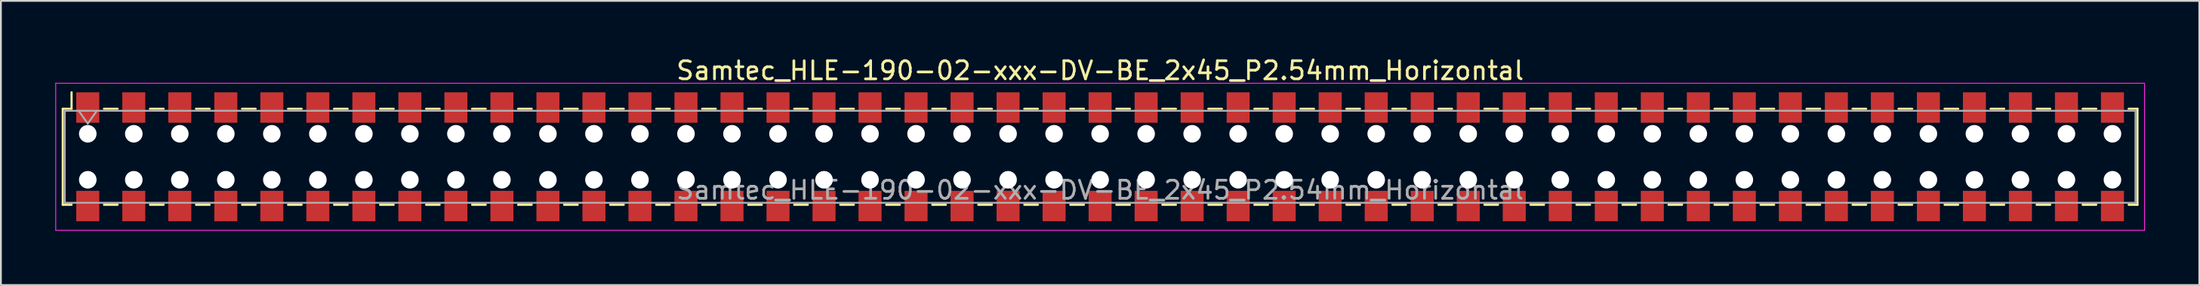
<source format=kicad_pcb>
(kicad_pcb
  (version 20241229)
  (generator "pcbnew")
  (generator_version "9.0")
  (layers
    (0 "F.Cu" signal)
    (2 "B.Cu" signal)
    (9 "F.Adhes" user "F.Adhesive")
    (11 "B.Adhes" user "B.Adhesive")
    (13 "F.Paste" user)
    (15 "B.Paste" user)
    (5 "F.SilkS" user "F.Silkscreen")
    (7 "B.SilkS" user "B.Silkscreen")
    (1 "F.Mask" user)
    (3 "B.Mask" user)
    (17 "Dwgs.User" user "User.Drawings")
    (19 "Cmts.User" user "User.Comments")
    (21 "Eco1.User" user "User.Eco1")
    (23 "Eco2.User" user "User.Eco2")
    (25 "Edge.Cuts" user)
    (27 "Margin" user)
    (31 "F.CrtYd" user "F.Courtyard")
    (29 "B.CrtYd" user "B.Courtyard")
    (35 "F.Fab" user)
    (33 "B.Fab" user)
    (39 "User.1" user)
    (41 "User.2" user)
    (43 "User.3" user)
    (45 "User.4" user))
  (footprint "Samtec_HLE-190-02-xxx-DV-BE_2x45_P2.54mm_Horizontal"
    (layer "F.Cu")
    (at 57.675 5.608)
    (property "Reference" "Samtec_HLE-190-02-xxx-DV-BE_2x45_P2.54mm_Horizontal" (at 0 -4.76 0) (layer "F.SilkS") (effects (font (size 1 1) (thickness 0.15))))
    (attr smd)
    (fp_line (start -57.26 -2.65) (end -57.26 2.65) (stroke (width 0.12) (type solid)) (layer "F.SilkS"))
    (fp_line (start -57.26 2.65) (end -56.775 2.65) (stroke (width 0.12) (type solid)) (layer "F.SilkS"))
    (fp_line (start -56.775 -3.56) (end -56.775 -2.65) (stroke (width 0.12) (type solid)) (layer "F.SilkS"))
    (fp_line (start -56.775 -2.65) (end -57.26 -2.65) (stroke (width 0.12) (type solid)) (layer "F.SilkS"))
    (fp_line (start -54.985 -2.65) (end -54.235 -2.65) (stroke (width 0.12) (type solid)) (layer "F.SilkS"))
    (fp_line (start -54.985 2.65) (end -54.235 2.65) (stroke (width 0.12) (type solid)) (layer "F.SilkS"))
    (fp_line (start -52.445 -2.65) (end -51.695 -2.65) (stroke (width 0.12) (type solid)) (layer "F.SilkS"))
    (fp_line (start -52.445 2.65) (end -51.695 2.65) (stroke (width 0.12) (type solid)) (layer "F.SilkS"))
    (fp_line (start -49.905 -2.65) (end -49.155 -2.65) (stroke (width 0.12) (type solid)) (layer "F.SilkS"))
    (fp_line (start -49.905 2.65) (end -49.155 2.65) (stroke (width 0.12) (type solid)) (layer "F.SilkS"))
    (fp_line (start -47.365 -2.65) (end -46.615 -2.65) (stroke (width 0.12) (type solid)) (layer "F.SilkS"))
    (fp_line (start -47.365 2.65) (end -46.615 2.65) (stroke (width 0.12) (type solid)) (layer "F.SilkS"))
    (fp_line (start -44.825 -2.65) (end -44.075 -2.65) (stroke (width 0.12) (type solid)) (layer "F.SilkS"))
    (fp_line (start -44.825 2.65) (end -44.075 2.65) (stroke (width 0.12) (type solid)) (layer "F.SilkS"))
    (fp_line (start -42.285 -2.65) (end -41.535 -2.65) (stroke (width 0.12) (type solid)) (layer "F.SilkS"))
    (fp_line (start -42.285 2.65) (end -41.535 2.65) (stroke (width 0.12) (type solid)) (layer "F.SilkS"))
    (fp_line (start -39.745 -2.65) (end -38.995 -2.65) (stroke (width 0.12) (type solid)) (layer "F.SilkS"))
    (fp_line (start -39.745 2.65) (end -38.995 2.65) (stroke (width 0.12) (type solid)) (layer "F.SilkS"))
    (fp_line (start -37.205 -2.65) (end -36.455 -2.65) (stroke (width 0.12) (type solid)) (layer "F.SilkS"))
    (fp_line (start -37.205 2.65) (end -36.455 2.65) (stroke (width 0.12) (type solid)) (layer "F.SilkS"))
    (fp_line (start -34.665 -2.65) (end -33.915 -2.65) (stroke (width 0.12) (type solid)) (layer "F.SilkS"))
    (fp_line (start -34.665 2.65) (end -33.915 2.65) (stroke (width 0.12) (type solid)) (layer "F.SilkS"))
    (fp_line (start -32.125 -2.65) (end -31.375 -2.65) (stroke (width 0.12) (type solid)) (layer "F.SilkS"))
    (fp_line (start -32.125 2.65) (end -31.375 2.65) (stroke (width 0.12) (type solid)) (layer "F.SilkS"))
    (fp_line (start -29.585 -2.65) (end -28.835 -2.65) (stroke (width 0.12) (type solid)) (layer "F.SilkS"))
    (fp_line (start -29.585 2.65) (end -28.835 2.65) (stroke (width 0.12) (type solid)) (layer "F.SilkS"))
    (fp_line (start -27.045 -2.65) (end -26.295 -2.65) (stroke (width 0.12) (type solid)) (layer "F.SilkS"))
    (fp_line (start -27.045 2.65) (end -26.295 2.65) (stroke (width 0.12) (type solid)) (layer "F.SilkS"))
    (fp_line (start -24.505 -2.65) (end -23.755 -2.65) (stroke (width 0.12) (type solid)) (layer "F.SilkS"))
    (fp_line (start -24.505 2.65) (end -23.755 2.65) (stroke (width 0.12) (type solid)) (layer "F.SilkS"))
    (fp_line (start -21.965 -2.65) (end -21.215 -2.65) (stroke (width 0.12) (type solid)) (layer "F.SilkS"))
    (fp_line (start -21.965 2.65) (end -21.215 2.65) (stroke (width 0.12) (type solid)) (layer "F.SilkS"))
    (fp_line (start -19.425 -2.65) (end -18.675 -2.65) (stroke (width 0.12) (type solid)) (layer "F.SilkS"))
    (fp_line (start -19.425 2.65) (end -18.675 2.65) (stroke (width 0.12) (type solid)) (layer "F.SilkS"))
    (fp_line (start -16.885 -2.65) (end -16.135 -2.65) (stroke (width 0.12) (type solid)) (layer "F.SilkS"))
    (fp_line (start -16.885 2.65) (end -16.135 2.65) (stroke (width 0.12) (type solid)) (layer "F.SilkS"))
    (fp_line (start -14.345 -2.65) (end -13.595 -2.65) (stroke (width 0.12) (type solid)) (layer "F.SilkS"))
    (fp_line (start -14.345 2.65) (end -13.595 2.65) (stroke (width 0.12) (type solid)) (layer "F.SilkS"))
    (fp_line (start -11.805 -2.65) (end -11.055 -2.65) (stroke (width 0.12) (type solid)) (layer "F.SilkS"))
    (fp_line (start -11.805 2.65) (end -11.055 2.65) (stroke (width 0.12) (type solid)) (layer "F.SilkS"))
    (fp_line (start -9.265 -2.65) (end -8.515 -2.65) (stroke (width 0.12) (type solid)) (layer "F.SilkS"))
    (fp_line (start -9.265 2.65) (end -8.515 2.65) (stroke (width 0.12) (type solid)) (layer "F.SilkS"))
    (fp_line (start -6.725 -2.65) (end -5.975 -2.65) (stroke (width 0.12) (type solid)) (layer "F.SilkS"))
    (fp_line (start -6.725 2.65) (end -5.975 2.65) (stroke (width 0.12) (type solid)) (layer "F.SilkS"))
    (fp_line (start -4.185 -2.65) (end -3.435 -2.65) (stroke (width 0.12) (type solid)) (layer "F.SilkS"))
    (fp_line (start -4.185 2.65) (end -3.435 2.65) (stroke (width 0.12) (type solid)) (layer "F.SilkS"))
    (fp_line (start -1.645 -2.65) (end -0.895 -2.65) (stroke (width 0.12) (type solid)) (layer "F.SilkS"))
    (fp_line (start -1.645 2.65) (end -0.895 2.65) (stroke (width 0.12) (type solid)) (layer "F.SilkS"))
    (fp_line (start 0.895 -2.65) (end 1.645 -2.65) (stroke (width 0.12) (type solid)) (layer "F.SilkS"))
    (fp_line (start 0.895 2.65) (end 1.645 2.65) (stroke (width 0.12) (type solid)) (layer "F.SilkS"))
    (fp_line (start 3.435 -2.65) (end 4.185 -2.65) (stroke (width 0.12) (type solid)) (layer "F.SilkS"))
    (fp_line (start 3.435 2.65) (end 4.185 2.65) (stroke (width 0.12) (type solid)) (layer "F.SilkS"))
    (fp_line (start 5.975 -2.65) (end 6.725 -2.65) (stroke (width 0.12) (type solid)) (layer "F.SilkS"))
    (fp_line (start 5.975 2.65) (end 6.725 2.65) (stroke (width 0.12) (type solid)) (layer "F.SilkS"))
    (fp_line (start 8.515 -2.65) (end 9.265 -2.65) (stroke (width 0.12) (type solid)) (layer "F.SilkS"))
    (fp_line (start 8.515 2.65) (end 9.265 2.65) (stroke (width 0.12) (type solid)) (layer "F.SilkS"))
    (fp_line (start 11.055 -2.65) (end 11.805 -2.65) (stroke (width 0.12) (type solid)) (layer "F.SilkS"))
    (fp_line (start 11.055 2.65) (end 11.805 2.65) (stroke (width 0.12) (type solid)) (layer "F.SilkS"))
    (fp_line (start 13.595 -2.65) (end 14.345 -2.65) (stroke (width 0.12) (type solid)) (layer "F.SilkS"))
    (fp_line (start 13.595 2.65) (end 14.345 2.65) (stroke (width 0.12) (type solid)) (layer "F.SilkS"))
    (fp_line (start 16.135 -2.65) (end 16.885 -2.65) (stroke (width 0.12) (type solid)) (layer "F.SilkS"))
    (fp_line (start 16.135 2.65) (end 16.885 2.65) (stroke (width 0.12) (type solid)) (layer "F.SilkS"))
    (fp_line (start 18.675 -2.65) (end 19.425 -2.65) (stroke (width 0.12) (type solid)) (layer "F.SilkS"))
    (fp_line (start 18.675 2.65) (end 19.425 2.65) (stroke (width 0.12) (type solid)) (layer "F.SilkS"))
    (fp_line (start 21.215 -2.65) (end 21.965 -2.65) (stroke (width 0.12) (type solid)) (layer "F.SilkS"))
    (fp_line (start 21.215 2.65) (end 21.965 2.65) (stroke (width 0.12) (type solid)) (layer "F.SilkS"))
    (fp_line (start 23.755 -2.65) (end 24.505 -2.65) (stroke (width 0.12) (type solid)) (layer "F.SilkS"))
    (fp_line (start 23.755 2.65) (end 24.505 2.65) (stroke (width 0.12) (type solid)) (layer "F.SilkS"))
    (fp_line (start 26.295 -2.65) (end 27.045 -2.65) (stroke (width 0.12) (type solid)) (layer "F.SilkS"))
    (fp_line (start 26.295 2.65) (end 27.045 2.65) (stroke (width 0.12) (type solid)) (layer "F.SilkS"))
    (fp_line (start 28.835 -2.65) (end 29.585 -2.65) (stroke (width 0.12) (type solid)) (layer "F.SilkS"))
    (fp_line (start 28.835 2.65) (end 29.585 2.65) (stroke (width 0.12) (type solid)) (layer "F.SilkS"))
    (fp_line (start 31.375 -2.65) (end 32.125 -2.65) (stroke (width 0.12) (type solid)) (layer "F.SilkS"))
    (fp_line (start 31.375 2.65) (end 32.125 2.65) (stroke (width 0.12) (type solid)) (layer "F.SilkS"))
    (fp_line (start 33.915 -2.65) (end 34.665 -2.65) (stroke (width 0.12) (type solid)) (layer "F.SilkS"))
    (fp_line (start 33.915 2.65) (end 34.665 2.65) (stroke (width 0.12) (type solid)) (layer "F.SilkS"))
    (fp_line (start 36.455 -2.65) (end 37.205 -2.65) (stroke (width 0.12) (type solid)) (layer "F.SilkS"))
    (fp_line (start 36.455 2.65) (end 37.205 2.65) (stroke (width 0.12) (type solid)) (layer "F.SilkS"))
    (fp_line (start 38.995 -2.65) (end 39.745 -2.65) (stroke (width 0.12) (type solid)) (layer "F.SilkS"))
    (fp_line (start 38.995 2.65) (end 39.745 2.65) (stroke (width 0.12) (type solid)) (layer "F.SilkS"))
    (fp_line (start 41.535 -2.65) (end 42.285 -2.65) (stroke (width 0.12) (type solid)) (layer "F.SilkS"))
    (fp_line (start 41.535 2.65) (end 42.285 2.65) (stroke (width 0.12) (type solid)) (layer "F.SilkS"))
    (fp_line (start 44.075 -2.65) (end 44.825 -2.65) (stroke (width 0.12) (type solid)) (layer "F.SilkS"))
    (fp_line (start 44.075 2.65) (end 44.825 2.65) (stroke (width 0.12) (type solid)) (layer "F.SilkS"))
    (fp_line (start 46.615 -2.65) (end 47.365 -2.65) (stroke (width 0.12) (type solid)) (layer "F.SilkS"))
    (fp_line (start 46.615 2.65) (end 47.365 2.65) (stroke (width 0.12) (type solid)) (layer "F.SilkS"))
    (fp_line (start 49.155 -2.65) (end 49.905 -2.65) (stroke (width 0.12) (type solid)) (layer "F.SilkS"))
    (fp_line (start 49.155 2.65) (end 49.905 2.65) (stroke (width 0.12) (type solid)) (layer "F.SilkS"))
    (fp_line (start 51.695 -2.65) (end 52.445 -2.65) (stroke (width 0.12) (type solid)) (layer "F.SilkS"))
    (fp_line (start 51.695 2.65) (end 52.445 2.65) (stroke (width 0.12) (type solid)) (layer "F.SilkS"))
    (fp_line (start 54.235 -2.65) (end 54.985 -2.65) (stroke (width 0.12) (type solid)) (layer "F.SilkS"))
    (fp_line (start 54.235 2.65) (end 54.985 2.65) (stroke (width 0.12) (type solid)) (layer "F.SilkS"))
    (fp_line (start 56.775 -2.65) (end 57.26 -2.65) (stroke (width 0.12) (type solid)) (layer "F.SilkS"))
    (fp_line (start 57.26 -2.65) (end 57.26 2.65) (stroke (width 0.12) (type solid)) (layer "F.SilkS"))
    (fp_line (start 57.26 2.65) (end 56.775 2.65) (stroke (width 0.12) (type solid)) (layer "F.SilkS"))
    (fp_line (start -57.65 -4.06) (end 57.65 -4.06) (stroke (width 0.05) (type solid)) (layer "F.CrtYd"))
    (fp_line (start -57.65 4.06) (end -57.65 -4.06) (stroke (width 0.05) (type solid)) (layer "F.CrtYd"))
    (fp_line (start 57.65 -4.06) (end 57.65 4.06) (stroke (width 0.05) (type solid)) (layer "F.CrtYd"))
    (fp_line (start 57.65 4.06) (end -57.65 4.06) (stroke (width 0.05) (type solid)) (layer "F.CrtYd"))
    (fp_line (start -57.15 -2.54) (end 57.15 -2.54) (stroke (width 0.1) (type solid)) (layer "F.Fab"))
    (fp_line (start -57.15 2.54) (end -57.15 -2.54) (stroke (width 0.1) (type solid)) (layer "F.Fab"))
    (fp_line (start -56.38 -2.54) (end -55.88 -1.833) (stroke (width 0.1) (type solid)) (layer "F.Fab"))
    (fp_line (start -55.88 -1.833) (end -55.38 -2.54) (stroke (width 0.1) (type solid)) (layer "F.Fab"))
    (fp_line (start 57.15 -2.54) (end 57.15 2.54) (stroke (width 0.1) (type solid)) (layer "F.Fab"))
    (fp_line (start 57.15 2.54) (end -57.15 2.54) (stroke (width 0.1) (type solid)) (layer "F.Fab"))
    (fp_text user "${REFERENCE}" (at 0 1.84 0) (layer "F.Fab") (effects (font (size 1 1) (thickness 0.15))))
    (pad "" np_thru_hole circle (at -55.88 -1.27) (size 0.97 0.97) (drill 0.97) (layers "*.Cu" "*.Mask"))
    (pad "" np_thru_hole circle (at -55.88 1.27) (size 0.97 0.97) (drill 0.97) (layers "*.Cu" "*.Mask"))
    (pad "" np_thru_hole circle (at -53.34 -1.27) (size 0.97 0.97) (drill 0.97) (layers "*.Cu" "*.Mask"))
    (pad "" np_thru_hole circle (at -53.34 1.27) (size 0.97 0.97) (drill 0.97) (layers "*.Cu" "*.Mask"))
    (pad "" np_thru_hole circle (at -50.8 -1.27) (size 0.97 0.97) (drill 0.97) (layers "*.Cu" "*.Mask"))
    (pad "" np_thru_hole circle (at -50.8 1.27) (size 0.97 0.97) (drill 0.97) (layers "*.Cu" "*.Mask"))
    (pad "" np_thru_hole circle (at -48.26 -1.27) (size 0.97 0.97) (drill 0.97) (layers "*.Cu" "*.Mask"))
    (pad "" np_thru_hole circle (at -48.26 1.27) (size 0.97 0.97) (drill 0.97) (layers "*.Cu" "*.Mask"))
    (pad "" np_thru_hole circle (at -45.72 -1.27) (size 0.97 0.97) (drill 0.97) (layers "*.Cu" "*.Mask"))
    (pad "" np_thru_hole circle (at -45.72 1.27) (size 0.97 0.97) (drill 0.97) (layers "*.Cu" "*.Mask"))
    (pad "" np_thru_hole circle (at -43.18 -1.27) (size 0.97 0.97) (drill 0.97) (layers "*.Cu" "*.Mask"))
    (pad "" np_thru_hole circle (at -43.18 1.27) (size 0.97 0.97) (drill 0.97) (layers "*.Cu" "*.Mask"))
    (pad "" np_thru_hole circle (at -40.64 -1.27) (size 0.97 0.97) (drill 0.97) (layers "*.Cu" "*.Mask"))
    (pad "" np_thru_hole circle (at -40.64 1.27) (size 0.97 0.97) (drill 0.97) (layers "*.Cu" "*.Mask"))
    (pad "" np_thru_hole circle (at -38.1 -1.27) (size 0.97 0.97) (drill 0.97) (layers "*.Cu" "*.Mask"))
    (pad "" np_thru_hole circle (at -38.1 1.27) (size 0.97 0.97) (drill 0.97) (layers "*.Cu" "*.Mask"))
    (pad "" np_thru_hole circle (at -35.56 -1.27) (size 0.97 0.97) (drill 0.97) (layers "*.Cu" "*.Mask"))
    (pad "" np_thru_hole circle (at -35.56 1.27) (size 0.97 0.97) (drill 0.97) (layers "*.Cu" "*.Mask"))
    (pad "" np_thru_hole circle (at -33.02 -1.27) (size 0.97 0.97) (drill 0.97) (layers "*.Cu" "*.Mask"))
    (pad "" np_thru_hole circle (at -33.02 1.27) (size 0.97 0.97) (drill 0.97) (layers "*.Cu" "*.Mask"))
    (pad "" np_thru_hole circle (at -30.48 -1.27) (size 0.97 0.97) (drill 0.97) (layers "*.Cu" "*.Mask"))
    (pad "" np_thru_hole circle (at -30.48 1.27) (size 0.97 0.97) (drill 0.97) (layers "*.Cu" "*.Mask"))
    (pad "" np_thru_hole circle (at -27.94 -1.27) (size 0.97 0.97) (drill 0.97) (layers "*.Cu" "*.Mask"))
    (pad "" np_thru_hole circle (at -27.94 1.27) (size 0.97 0.97) (drill 0.97) (layers "*.Cu" "*.Mask"))
    (pad "" np_thru_hole circle (at -25.4 -1.27) (size 0.97 0.97) (drill 0.97) (layers "*.Cu" "*.Mask"))
    (pad "" np_thru_hole circle (at -25.4 1.27) (size 0.97 0.97) (drill 0.97) (layers "*.Cu" "*.Mask"))
    (pad "" np_thru_hole circle (at -22.86 -1.27) (size 0.97 0.97) (drill 0.97) (layers "*.Cu" "*.Mask"))
    (pad "" np_thru_hole circle (at -22.86 1.27) (size 0.97 0.97) (drill 0.97) (layers "*.Cu" "*.Mask"))
    (pad "" np_thru_hole circle (at -20.32 -1.27) (size 0.97 0.97) (drill 0.97) (layers "*.Cu" "*.Mask"))
    (pad "" np_thru_hole circle (at -20.32 1.27) (size 0.97 0.97) (drill 0.97) (layers "*.Cu" "*.Mask"))
    (pad "" np_thru_hole circle (at -17.78 -1.27) (size 0.97 0.97) (drill 0.97) (layers "*.Cu" "*.Mask"))
    (pad "" np_thru_hole circle (at -17.78 1.27) (size 0.97 0.97) (drill 0.97) (layers "*.Cu" "*.Mask"))
    (pad "" np_thru_hole circle (at -15.24 -1.27) (size 0.97 0.97) (drill 0.97) (layers "*.Cu" "*.Mask"))
    (pad "" np_thru_hole circle (at -15.24 1.27) (size 0.97 0.97) (drill 0.97) (layers "*.Cu" "*.Mask"))
    (pad "" np_thru_hole circle (at -12.7 -1.27) (size 0.97 0.97) (drill 0.97) (layers "*.Cu" "*.Mask"))
    (pad "" np_thru_hole circle (at -12.7 1.27) (size 0.97 0.97) (drill 0.97) (layers "*.Cu" "*.Mask"))
    (pad "" np_thru_hole circle (at -10.16 -1.27) (size 0.97 0.97) (drill 0.97) (layers "*.Cu" "*.Mask"))
    (pad "" np_thru_hole circle (at -10.16 1.27) (size 0.97 0.97) (drill 0.97) (layers "*.Cu" "*.Mask"))
    (pad "" np_thru_hole circle (at -7.62 -1.27) (size 0.97 0.97) (drill 0.97) (layers "*.Cu" "*.Mask"))
    (pad "" np_thru_hole circle (at -7.62 1.27) (size 0.97 0.97) (drill 0.97) (layers "*.Cu" "*.Mask"))
    (pad "" np_thru_hole circle (at -5.08 -1.27) (size 0.97 0.97) (drill 0.97) (layers "*.Cu" "*.Mask"))
    (pad "" np_thru_hole circle (at -5.08 1.27) (size 0.97 0.97) (drill 0.97) (layers "*.Cu" "*.Mask"))
    (pad "" np_thru_hole circle (at -2.54 -1.27) (size 0.97 0.97) (drill 0.97) (layers "*.Cu" "*.Mask"))
    (pad "" np_thru_hole circle (at -2.54 1.27) (size 0.97 0.97) (drill 0.97) (layers "*.Cu" "*.Mask"))
    (pad "" np_thru_hole circle (at 0 -1.27) (size 0.97 0.97) (drill 0.97) (layers "*.Cu" "*.Mask"))
    (pad "" np_thru_hole circle (at 0 1.27) (size 0.97 0.97) (drill 0.97) (layers "*.Cu" "*.Mask"))
    (pad "" np_thru_hole circle (at 2.54 -1.27) (size 0.97 0.97) (drill 0.97) (layers "*.Cu" "*.Mask"))
    (pad "" np_thru_hole circle (at 2.54 1.27) (size 0.97 0.97) (drill 0.97) (layers "*.Cu" "*.Mask"))
    (pad "" np_thru_hole circle (at 5.08 -1.27) (size 0.97 0.97) (drill 0.97) (layers "*.Cu" "*.Mask"))
    (pad "" np_thru_hole circle (at 5.08 1.27) (size 0.97 0.97) (drill 0.97) (layers "*.Cu" "*.Mask"))
    (pad "" np_thru_hole circle (at 7.62 -1.27) (size 0.97 0.97) (drill 0.97) (layers "*.Cu" "*.Mask"))
    (pad "" np_thru_hole circle (at 7.62 1.27) (size 0.97 0.97) (drill 0.97) (layers "*.Cu" "*.Mask"))
    (pad "" np_thru_hole circle (at 10.16 -1.27) (size 0.97 0.97) (drill 0.97) (layers "*.Cu" "*.Mask"))
    (pad "" np_thru_hole circle (at 10.16 1.27) (size 0.97 0.97) (drill 0.97) (layers "*.Cu" "*.Mask"))
    (pad "" np_thru_hole circle (at 12.7 -1.27) (size 0.97 0.97) (drill 0.97) (layers "*.Cu" "*.Mask"))
    (pad "" np_thru_hole circle (at 12.7 1.27) (size 0.97 0.97) (drill 0.97) (layers "*.Cu" "*.Mask"))
    (pad "" np_thru_hole circle (at 15.24 -1.27) (size 0.97 0.97) (drill 0.97) (layers "*.Cu" "*.Mask"))
    (pad "" np_thru_hole circle (at 15.24 1.27) (size 0.97 0.97) (drill 0.97) (layers "*.Cu" "*.Mask"))
    (pad "" np_thru_hole circle (at 17.78 -1.27) (size 0.97 0.97) (drill 0.97) (layers "*.Cu" "*.Mask"))
    (pad "" np_thru_hole circle (at 17.78 1.27) (size 0.97 0.97) (drill 0.97) (layers "*.Cu" "*.Mask"))
    (pad "" np_thru_hole circle (at 20.32 -1.27) (size 0.97 0.97) (drill 0.97) (layers "*.Cu" "*.Mask"))
    (pad "" np_thru_hole circle (at 20.32 1.27) (size 0.97 0.97) (drill 0.97) (layers "*.Cu" "*.Mask"))
    (pad "" np_thru_hole circle (at 22.86 -1.27) (size 0.97 0.97) (drill 0.97) (layers "*.Cu" "*.Mask"))
    (pad "" np_thru_hole circle (at 22.86 1.27) (size 0.97 0.97) (drill 0.97) (layers "*.Cu" "*.Mask"))
    (pad "" np_thru_hole circle (at 25.4 -1.27) (size 0.97 0.97) (drill 0.97) (layers "*.Cu" "*.Mask"))
    (pad "" np_thru_hole circle (at 25.4 1.27) (size 0.97 0.97) (drill 0.97) (layers "*.Cu" "*.Mask"))
    (pad "" np_thru_hole circle (at 27.94 -1.27) (size 0.97 0.97) (drill 0.97) (layers "*.Cu" "*.Mask"))
    (pad "" np_thru_hole circle (at 27.94 1.27) (size 0.97 0.97) (drill 0.97) (layers "*.Cu" "*.Mask"))
    (pad "" np_thru_hole circle (at 30.48 -1.27) (size 0.97 0.97) (drill 0.97) (layers "*.Cu" "*.Mask"))
    (pad "" np_thru_hole circle (at 30.48 1.27) (size 0.97 0.97) (drill 0.97) (layers "*.Cu" "*.Mask"))
    (pad "" np_thru_hole circle (at 33.02 -1.27) (size 0.97 0.97) (drill 0.97) (layers "*.Cu" "*.Mask"))
    (pad "" np_thru_hole circle (at 33.02 1.27) (size 0.97 0.97) (drill 0.97) (layers "*.Cu" "*.Mask"))
    (pad "" np_thru_hole circle (at 35.56 -1.27) (size 0.97 0.97) (drill 0.97) (layers "*.Cu" "*.Mask"))
    (pad "" np_thru_hole circle (at 35.56 1.27) (size 0.97 0.97) (drill 0.97) (layers "*.Cu" "*.Mask"))
    (pad "" np_thru_hole circle (at 38.1 -1.27) (size 0.97 0.97) (drill 0.97) (layers "*.Cu" "*.Mask"))
    (pad "" np_thru_hole circle (at 38.1 1.27) (size 0.97 0.97) (drill 0.97) (layers "*.Cu" "*.Mask"))
    (pad "" np_thru_hole circle (at 40.64 -1.27) (size 0.97 0.97) (drill 0.97) (layers "*.Cu" "*.Mask"))
    (pad "" np_thru_hole circle (at 40.64 1.27) (size 0.97 0.97) (drill 0.97) (layers "*.Cu" "*.Mask"))
    (pad "" np_thru_hole circle (at 43.18 -1.27) (size 0.97 0.97) (drill 0.97) (layers "*.Cu" "*.Mask"))
    (pad "" np_thru_hole circle (at 43.18 1.27) (size 0.97 0.97) (drill 0.97) (layers "*.Cu" "*.Mask"))
    (pad "" np_thru_hole circle (at 45.72 -1.27) (size 0.97 0.97) (drill 0.97) (layers "*.Cu" "*.Mask"))
    (pad "" np_thru_hole circle (at 45.72 1.27) (size 0.97 0.97) (drill 0.97) (layers "*.Cu" "*.Mask"))
    (pad "" np_thru_hole circle (at 48.26 -1.27) (size 0.97 0.97) (drill 0.97) (layers "*.Cu" "*.Mask"))
    (pad "" np_thru_hole circle (at 48.26 1.27) (size 0.97 0.97) (drill 0.97) (layers "*.Cu" "*.Mask"))
    (pad "" np_thru_hole circle (at 50.8 -1.27) (size 0.97 0.97) (drill 0.97) (layers "*.Cu" "*.Mask"))
    (pad "" np_thru_hole circle (at 50.8 1.27) (size 0.97 0.97) (drill 0.97) (layers "*.Cu" "*.Mask"))
    (pad "" np_thru_hole circle (at 53.34 -1.27) (size 0.97 0.97) (drill 0.97) (layers "*.Cu" "*.Mask"))
    (pad "" np_thru_hole circle (at 53.34 1.27) (size 0.97 0.97) (drill 0.97) (layers "*.Cu" "*.Mask"))
    (pad "" np_thru_hole circle (at 55.88 -1.27) (size 0.97 0.97) (drill 0.97) (layers "*.Cu" "*.Mask"))
    (pad "" np_thru_hole circle (at 55.88 1.27) (size 0.97 0.97) (drill 0.97) (layers "*.Cu" "*.Mask"))
    (pad "1" smd rect (at -55.88 -2.72) (size 1.27 1.68) (layers "F.Cu" "F.Mask" "F.Paste"))
    (pad "2" smd rect (at -55.88 2.72) (size 1.27 1.68) (layers "F.Cu" "F.Mask" "F.Paste"))
    (pad "3" smd rect (at -53.34 -2.72) (size 1.27 1.68) (layers "F.Cu" "F.Mask" "F.Paste"))
    (pad "4" smd rect (at -53.34 2.72) (size 1.27 1.68) (layers "F.Cu" "F.Mask" "F.Paste"))
    (pad "5" smd rect (at -50.8 -2.72) (size 1.27 1.68) (layers "F.Cu" "F.Mask" "F.Paste"))
    (pad "6" smd rect (at -50.8 2.72) (size 1.27 1.68) (layers "F.Cu" "F.Mask" "F.Paste"))
    (pad "7" smd rect (at -48.26 -2.72) (size 1.27 1.68) (layers "F.Cu" "F.Mask" "F.Paste"))
    (pad "8" smd rect (at -48.26 2.72) (size 1.27 1.68) (layers "F.Cu" "F.Mask" "F.Paste"))
    (pad "9" smd rect (at -45.72 -2.72) (size 1.27 1.68) (layers "F.Cu" "F.Mask" "F.Paste"))
    (pad "10" smd rect (at -45.72 2.72) (size 1.27 1.68) (layers "F.Cu" "F.Mask" "F.Paste"))
    (pad "11" smd rect (at -43.18 -2.72) (size 1.27 1.68) (layers "F.Cu" "F.Mask" "F.Paste"))
    (pad "12" smd rect (at -43.18 2.72) (size 1.27 1.68) (layers "F.Cu" "F.Mask" "F.Paste"))
    (pad "13" smd rect (at -40.64 -2.72) (size 1.27 1.68) (layers "F.Cu" "F.Mask" "F.Paste"))
    (pad "14" smd rect (at -40.64 2.72) (size 1.27 1.68) (layers "F.Cu" "F.Mask" "F.Paste"))
    (pad "15" smd rect (at -38.1 -2.72) (size 1.27 1.68) (layers "F.Cu" "F.Mask" "F.Paste"))
    (pad "16" smd rect (at -38.1 2.72) (size 1.27 1.68) (layers "F.Cu" "F.Mask" "F.Paste"))
    (pad "17" smd rect (at -35.56 -2.72) (size 1.27 1.68) (layers "F.Cu" "F.Mask" "F.Paste"))
    (pad "18" smd rect (at -35.56 2.72) (size 1.27 1.68) (layers "F.Cu" "F.Mask" "F.Paste"))
    (pad "19" smd rect (at -33.02 -2.72) (size 1.27 1.68) (layers "F.Cu" "F.Mask" "F.Paste"))
    (pad "20" smd rect (at -33.02 2.72) (size 1.27 1.68) (layers "F.Cu" "F.Mask" "F.Paste"))
    (pad "21" smd rect (at -30.48 -2.72) (size 1.27 1.68) (layers "F.Cu" "F.Mask" "F.Paste"))
    (pad "22" smd rect (at -30.48 2.72) (size 1.27 1.68) (layers "F.Cu" "F.Mask" "F.Paste"))
    (pad "23" smd rect (at -27.94 -2.72) (size 1.27 1.68) (layers "F.Cu" "F.Mask" "F.Paste"))
    (pad "24" smd rect (at -27.94 2.72) (size 1.27 1.68) (layers "F.Cu" "F.Mask" "F.Paste"))
    (pad "25" smd rect (at -25.4 -2.72) (size 1.27 1.68) (layers "F.Cu" "F.Mask" "F.Paste"))
    (pad "26" smd rect (at -25.4 2.72) (size 1.27 1.68) (layers "F.Cu" "F.Mask" "F.Paste"))
    (pad "27" smd rect (at -22.86 -2.72) (size 1.27 1.68) (layers "F.Cu" "F.Mask" "F.Paste"))
    (pad "28" smd rect (at -22.86 2.72) (size 1.27 1.68) (layers "F.Cu" "F.Mask" "F.Paste"))
    (pad "29" smd rect (at -20.32 -2.72) (size 1.27 1.68) (layers "F.Cu" "F.Mask" "F.Paste"))
    (pad "30" smd rect (at -20.32 2.72) (size 1.27 1.68) (layers "F.Cu" "F.Mask" "F.Paste"))
    (pad "31" smd rect (at -17.78 -2.72) (size 1.27 1.68) (layers "F.Cu" "F.Mask" "F.Paste"))
    (pad "32" smd rect (at -17.78 2.72) (size 1.27 1.68) (layers "F.Cu" "F.Mask" "F.Paste"))
    (pad "33" smd rect (at -15.24 -2.72) (size 1.27 1.68) (layers "F.Cu" "F.Mask" "F.Paste"))
    (pad "34" smd rect (at -15.24 2.72) (size 1.27 1.68) (layers "F.Cu" "F.Mask" "F.Paste"))
    (pad "35" smd rect (at -12.7 -2.72) (size 1.27 1.68) (layers "F.Cu" "F.Mask" "F.Paste"))
    (pad "36" smd rect (at -12.7 2.72) (size 1.27 1.68) (layers "F.Cu" "F.Mask" "F.Paste"))
    (pad "37" smd rect (at -10.16 -2.72) (size 1.27 1.68) (layers "F.Cu" "F.Mask" "F.Paste"))
    (pad "38" smd rect (at -10.16 2.72) (size 1.27 1.68) (layers "F.Cu" "F.Mask" "F.Paste"))
    (pad "39" smd rect (at -7.62 -2.72) (size 1.27 1.68) (layers "F.Cu" "F.Mask" "F.Paste"))
    (pad "40" smd rect (at -7.62 2.72) (size 1.27 1.68) (layers "F.Cu" "F.Mask" "F.Paste"))
    (pad "41" smd rect (at -5.08 -2.72) (size 1.27 1.68) (layers "F.Cu" "F.Mask" "F.Paste"))
    (pad "42" smd rect (at -5.08 2.72) (size 1.27 1.68) (layers "F.Cu" "F.Mask" "F.Paste"))
    (pad "43" smd rect (at -2.54 -2.72) (size 1.27 1.68) (layers "F.Cu" "F.Mask" "F.Paste"))
    (pad "44" smd rect (at -2.54 2.72) (size 1.27 1.68) (layers "F.Cu" "F.Mask" "F.Paste"))
    (pad "45" smd rect (at 0 -2.72) (size 1.27 1.68) (layers "F.Cu" "F.Mask" "F.Paste"))
    (pad "46" smd rect (at 0 2.72) (size 1.27 1.68) (layers "F.Cu" "F.Mask" "F.Paste"))
    (pad "47" smd rect (at 2.54 -2.72) (size 1.27 1.68) (layers "F.Cu" "F.Mask" "F.Paste"))
    (pad "48" smd rect (at 2.54 2.72) (size 1.27 1.68) (layers "F.Cu" "F.Mask" "F.Paste"))
    (pad "49" smd rect (at 5.08 -2.72) (size 1.27 1.68) (layers "F.Cu" "F.Mask" "F.Paste"))
    (pad "50" smd rect (at 5.08 2.72) (size 1.27 1.68) (layers "F.Cu" "F.Mask" "F.Paste"))
    (pad "51" smd rect (at 7.62 -2.72) (size 1.27 1.68) (layers "F.Cu" "F.Mask" "F.Paste"))
    (pad "52" smd rect (at 7.62 2.72) (size 1.27 1.68) (layers "F.Cu" "F.Mask" "F.Paste"))
    (pad "53" smd rect (at 10.16 -2.72) (size 1.27 1.68) (layers "F.Cu" "F.Mask" "F.Paste"))
    (pad "54" smd rect (at 10.16 2.72) (size 1.27 1.68) (layers "F.Cu" "F.Mask" "F.Paste"))
    (pad "55" smd rect (at 12.7 -2.72) (size 1.27 1.68) (layers "F.Cu" "F.Mask" "F.Paste"))
    (pad "56" smd rect (at 12.7 2.72) (size 1.27 1.68) (layers "F.Cu" "F.Mask" "F.Paste"))
    (pad "57" smd rect (at 15.24 -2.72) (size 1.27 1.68) (layers "F.Cu" "F.Mask" "F.Paste"))
    (pad "58" smd rect (at 15.24 2.72) (size 1.27 1.68) (layers "F.Cu" "F.Mask" "F.Paste"))
    (pad "59" smd rect (at 17.78 -2.72) (size 1.27 1.68) (layers "F.Cu" "F.Mask" "F.Paste"))
    (pad "60" smd rect (at 17.78 2.72) (size 1.27 1.68) (layers "F.Cu" "F.Mask" "F.Paste"))
    (pad "61" smd rect (at 20.32 -2.72) (size 1.27 1.68) (layers "F.Cu" "F.Mask" "F.Paste"))
    (pad "62" smd rect (at 20.32 2.72) (size 1.27 1.68) (layers "F.Cu" "F.Mask" "F.Paste"))
    (pad "63" smd rect (at 22.86 -2.72) (size 1.27 1.68) (layers "F.Cu" "F.Mask" "F.Paste"))
    (pad "64" smd rect (at 22.86 2.72) (size 1.27 1.68) (layers "F.Cu" "F.Mask" "F.Paste"))
    (pad "65" smd rect (at 25.4 -2.72) (size 1.27 1.68) (layers "F.Cu" "F.Mask" "F.Paste"))
    (pad "66" smd rect (at 25.4 2.72) (size 1.27 1.68) (layers "F.Cu" "F.Mask" "F.Paste"))
    (pad "67" smd rect (at 27.94 -2.72) (size 1.27 1.68) (layers "F.Cu" "F.Mask" "F.Paste"))
    (pad "68" smd rect (at 27.94 2.72) (size 1.27 1.68) (layers "F.Cu" "F.Mask" "F.Paste"))
    (pad "69" smd rect (at 30.48 -2.72) (size 1.27 1.68) (layers "F.Cu" "F.Mask" "F.Paste"))
    (pad "70" smd rect (at 30.48 2.72) (size 1.27 1.68) (layers "F.Cu" "F.Mask" "F.Paste"))
    (pad "71" smd rect (at 33.02 -2.72) (size 1.27 1.68) (layers "F.Cu" "F.Mask" "F.Paste"))
    (pad "72" smd rect (at 33.02 2.72) (size 1.27 1.68) (layers "F.Cu" "F.Mask" "F.Paste"))
    (pad "73" smd rect (at 35.56 -2.72) (size 1.27 1.68) (layers "F.Cu" "F.Mask" "F.Paste"))
    (pad "74" smd rect (at 35.56 2.72) (size 1.27 1.68) (layers "F.Cu" "F.Mask" "F.Paste"))
    (pad "75" smd rect (at 38.1 -2.72) (size 1.27 1.68) (layers "F.Cu" "F.Mask" "F.Paste"))
    (pad "76" smd rect (at 38.1 2.72) (size 1.27 1.68) (layers "F.Cu" "F.Mask" "F.Paste"))
    (pad "77" smd rect (at 40.64 -2.72) (size 1.27 1.68) (layers "F.Cu" "F.Mask" "F.Paste"))
    (pad "78" smd rect (at 40.64 2.72) (size 1.27 1.68) (layers "F.Cu" "F.Mask" "F.Paste"))
    (pad "79" smd rect (at 43.18 -2.72) (size 1.27 1.68) (layers "F.Cu" "F.Mask" "F.Paste"))
    (pad "80" smd rect (at 43.18 2.72) (size 1.27 1.68) (layers "F.Cu" "F.Mask" "F.Paste"))
    (pad "81" smd rect (at 45.72 -2.72) (size 1.27 1.68) (layers "F.Cu" "F.Mask" "F.Paste"))
    (pad "82" smd rect (at 45.72 2.72) (size 1.27 1.68) (layers "F.Cu" "F.Mask" "F.Paste"))
    (pad "83" smd rect (at 48.26 -2.72) (size 1.27 1.68) (layers "F.Cu" "F.Mask" "F.Paste"))
    (pad "84" smd rect (at 48.26 2.72) (size 1.27 1.68) (layers "F.Cu" "F.Mask" "F.Paste"))
    (pad "85" smd rect (at 50.8 -2.72) (size 1.27 1.68) (layers "F.Cu" "F.Mask" "F.Paste"))
    (pad "86" smd rect (at 50.8 2.72) (size 1.27 1.68) (layers "F.Cu" "F.Mask" "F.Paste"))
    (pad "87" smd rect (at 53.34 -2.72) (size 1.27 1.68) (layers "F.Cu" "F.Mask" "F.Paste"))
    (pad "88" smd rect (at 53.34 2.72) (size 1.27 1.68) (layers "F.Cu" "F.Mask" "F.Paste"))
    (pad "89" smd rect (at 55.88 -2.72) (size 1.27 1.68) (layers "F.Cu" "F.Mask" "F.Paste"))
    (pad "90" smd rect (at 55.88 2.72) (size 1.27 1.68) (layers "F.Cu" "F.Mask" "F.Paste")))
  (gr_rect
    (start -3 -3)
    (end 118.35 12.693)
    (stroke (width 0.1) (type default))
    (fill no)
    (layer "Edge.Cuts")))
</source>
